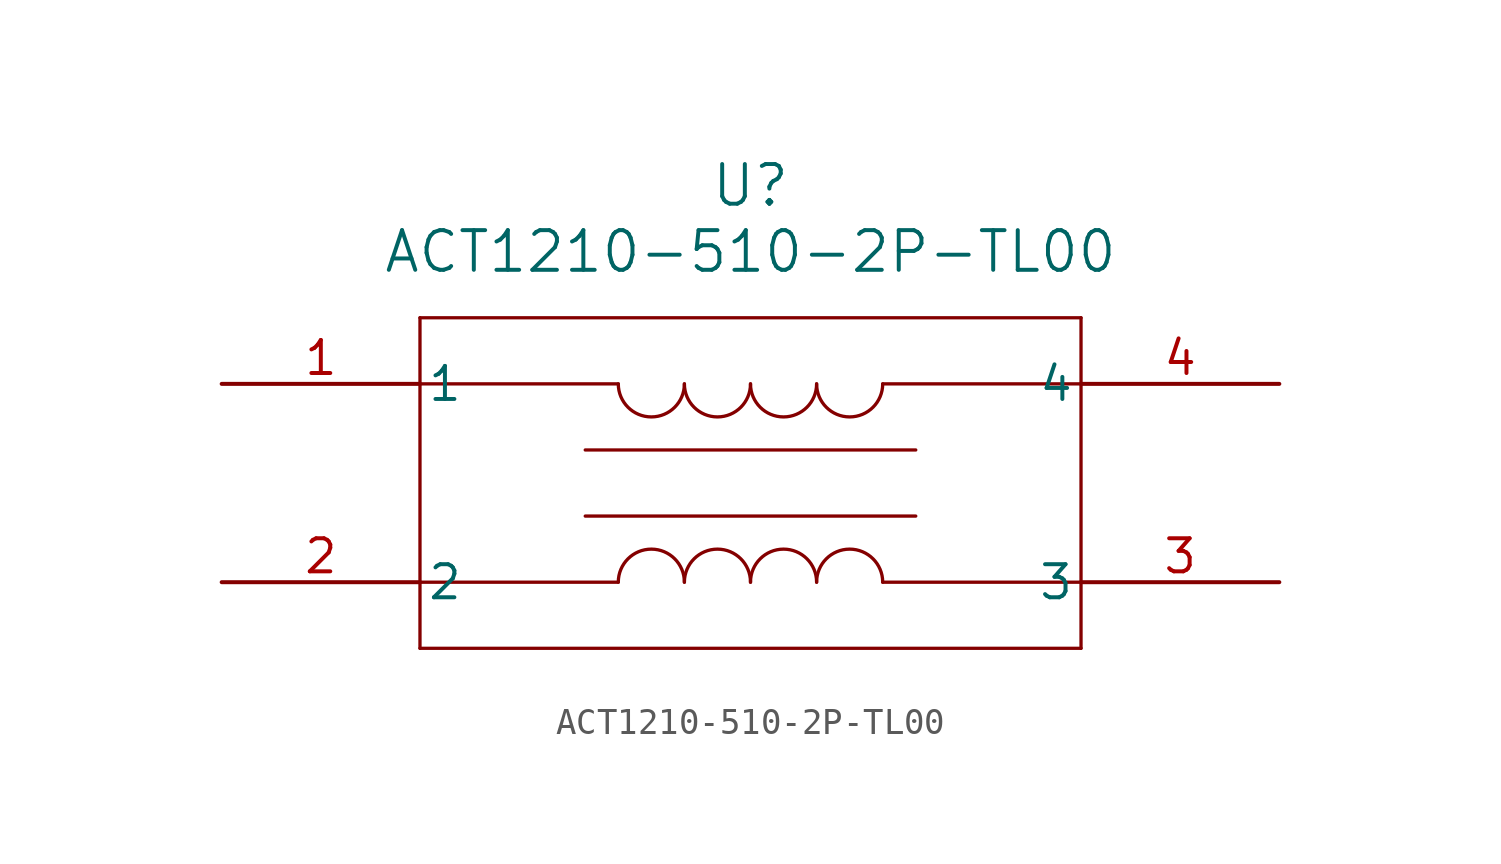
<source format=kicad_sym>
(kicad_symbol_lib
  (version 20231120)
  (generator "kicad_symbol_editor")
  (generator_version "8.0")
  (symbol "ACT1210-510-2P-TL00"
    (pin_names
      (offset 0.254))
    (property "Reference" "U"
      (at 20.32 7.62 0)
      (effects (font (size 1.524 1.524))))
    (property "Value" "ACT1210-510-2P-TL00"
      (at 20.32 5.08 0)
      (effects (font (size 1.524 1.524))))
    (property "ki_locked" ""
      (at 0 0 0)
      (effects (font (size 1.27 1.27))))
    (symbol "ACT1210-510-2P-TL00_0_1"
      (polyline (pts (xy 7.62 -10.16) (xy 33.02 -10.16)) (stroke (width 0.127) (type default)) (fill (type none)))
      (polyline (pts (xy 7.62 -7.62) (xy 15.24 -7.62)) (stroke (width 0.127) (type default)) (fill (type none)))
      (polyline (pts (xy 7.62 0) (xy 15.24 0)) (stroke (width 0.127) (type default)) (fill (type none)))
      (polyline (pts (xy 7.62 2.54) (xy 7.62 -10.16)) (stroke (width 0.127) (type default)) (fill (type none)))
      (polyline (pts (xy 13.97 -5.08) (xy 26.67 -5.08)) (stroke (width 0.127) (type default)) (fill (type none)))
      (polyline (pts (xy 13.97 -2.54) (xy 26.67 -2.54)) (stroke (width 0.127) (type default)) (fill (type none)))
      (polyline (pts (xy 33.02 -10.16) (xy 33.02 2.54)) (stroke (width 0.127) (type default)) (fill (type none)))
      (polyline (pts (xy 33.02 -7.62) (xy 25.4 -7.62)) (stroke (width 0.127) (type default)) (fill (type none)))
      (polyline (pts (xy 33.02 0) (xy 25.4 0)) (stroke (width 0.127) (type default)) (fill (type none)))
      (polyline (pts (xy 33.02 2.54) (xy 7.62 2.54)) (stroke (width 0.127) (type default)) (fill (type none)))
      (arc (start 15.24 0) (mid 16.51 -1.2645) (end 17.78 0) (stroke (width 0.127) (type default)) (fill (type none)))
      (arc (start 17.78 -7.62) (mid 16.51 -6.3555) (end 15.24 -7.62) (stroke (width 0.127) (type default)) (fill (type none)))
      (arc (start 17.78 0) (mid 19.05 -1.2645) (end 20.32 0) (stroke (width 0.127) (type default)) (fill (type none)))
      (arc (start 20.32 -7.62) (mid 19.05 -6.3555) (end 17.78 -7.62) (stroke (width 0.127) (type default)) (fill (type none)))
      (arc (start 20.32 0) (mid 21.59 -1.2645) (end 22.86 0) (stroke (width 0.127) (type default)) (fill (type none)))
      (arc (start 22.86 -7.62) (mid 21.59 -6.3555) (end 20.32 -7.62) (stroke (width 0.127) (type default)) (fill (type none)))
      (arc (start 22.86 0) (mid 24.13 -1.2645) (end 25.4 0) (stroke (width 0.127) (type default)) (fill (type none)))
      (arc (start 25.4 -7.62) (mid 24.13 -6.3555) (end 22.86 -7.62) (stroke (width 0.127) (type default)) (fill (type none)))
      (pin unspecified line (at 0 0 0) (length 7.62) (name "1" (effects (font (size 1.27 1.27)))) (number "1" (effects (font (size 1.27 1.27)))))
      (pin unspecified line (at 0 -7.62 0) (length 7.62) (name "2" (effects (font (size 1.27 1.27)))) (number "2" (effects (font (size 1.27 1.27)))))
      (pin unspecified line (at 40.64 -7.62 180) (length 7.62) (name "3" (effects (font (size 1.27 1.27)))) (number "3" (effects (font (size 1.27 1.27)))))
      (pin unspecified line (at 40.64 0 180) (length 7.62) (name "4" (effects (font (size 1.27 1.27)))) (number "4" (effects (font (size 1.27 1.27))))))))
</source>
